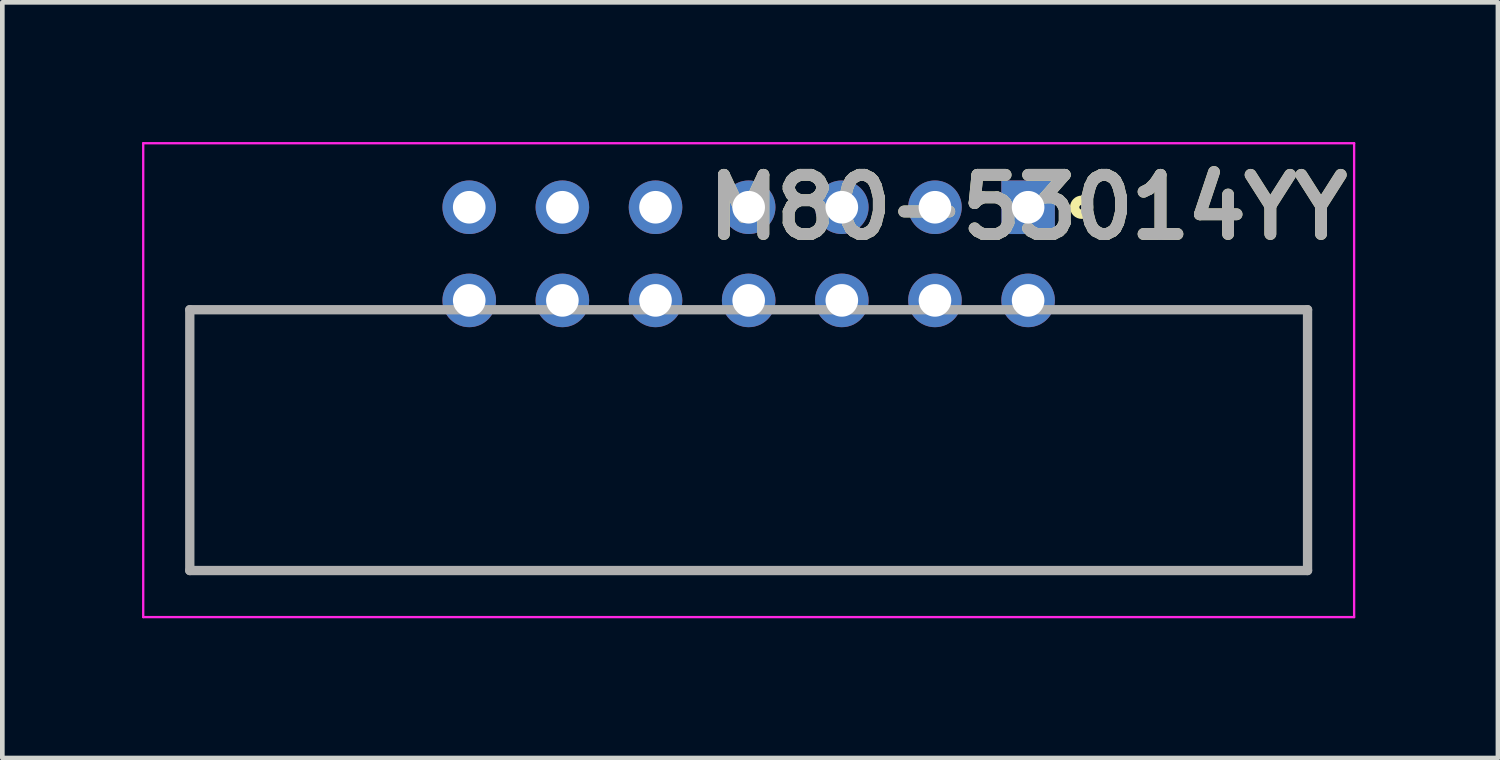
<source format=kicad_pcb>
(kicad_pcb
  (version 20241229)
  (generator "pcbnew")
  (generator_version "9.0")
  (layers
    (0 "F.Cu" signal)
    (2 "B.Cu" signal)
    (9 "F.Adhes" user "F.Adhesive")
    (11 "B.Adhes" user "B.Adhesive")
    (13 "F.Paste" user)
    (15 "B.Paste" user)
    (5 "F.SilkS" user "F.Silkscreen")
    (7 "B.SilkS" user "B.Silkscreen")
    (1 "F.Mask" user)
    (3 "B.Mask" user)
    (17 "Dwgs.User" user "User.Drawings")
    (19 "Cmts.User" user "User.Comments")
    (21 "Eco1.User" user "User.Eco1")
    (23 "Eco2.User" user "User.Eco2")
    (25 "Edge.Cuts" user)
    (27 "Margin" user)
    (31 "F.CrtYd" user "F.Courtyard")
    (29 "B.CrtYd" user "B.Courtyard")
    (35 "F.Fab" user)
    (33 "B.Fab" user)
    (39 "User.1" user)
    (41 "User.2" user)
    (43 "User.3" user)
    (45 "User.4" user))
  (footprint "M80-53014YY"
    (layer "F.Cu")
    (at 19.025 1.4)
    (property "Reference" "M80-53014YY" (at 0 0 0) (layer "F.SilkS") (effects (font (size 1.27 1.27) (thickness 0.254))))
    (attr through_hole)
    (fp_line (start -18 7.8) (end -18 2.2) (stroke (width 0.1) (type solid)) (layer "F.SilkS"))
    (fp_line (start 6 2.2) (end 6 7.8) (stroke (width 0.1) (type solid)) (layer "F.SilkS"))
    (fp_line (start 6 7.8) (end -18 7.8) (stroke (width 0.1) (type solid)) (layer "F.SilkS"))
    (fp_circle (center 1.15 0) (end 1.15 0.05) (stroke (width 0.2) (type solid)) (fill no) (layer "F.SilkS"))
    (fp_line (start -19 -1.375) (end 7 -1.375) (stroke (width 0.05) (type solid)) (layer "F.CrtYd"))
    (fp_line (start -19 8.8) (end -19 -1.375) (stroke (width 0.05) (type solid)) (layer "F.CrtYd"))
    (fp_line (start 7 -1.375) (end 7 8.8) (stroke (width 0.05) (type solid)) (layer "F.CrtYd"))
    (fp_line (start 7 8.8) (end -19 8.8) (stroke (width 0.05) (type solid)) (layer "F.CrtYd"))
    (fp_line (start -18 2.2) (end 6 2.2) (stroke (width 0.2) (type solid)) (layer "F.Fab"))
    (fp_line (start -18 7.8) (end -18 2.2) (stroke (width 0.2) (type solid)) (layer "F.Fab"))
    (fp_line (start 6 2.2) (end 6 7.8) (stroke (width 0.2) (type solid)) (layer "F.Fab"))
    (fp_line (start 6 7.8) (end -18 7.8) (stroke (width 0.2) (type solid)) (layer "F.Fab"))
    (fp_text user "${REFERENCE}" (at 0 0 0) (layer "F.Fab") (effects (font (size 1.27 1.27) (thickness 0.254))))
    (pad "1" thru_hole rect (at 0 0) (size 1.15 1.15) (drill 0.7) (layers "*.Cu" "*.Mask"))
    (pad "2" thru_hole circle (at -2 0) (size 1.15 1.15) (drill 0.7) (layers "*.Cu" "*.Mask"))
    (pad "3" thru_hole circle (at -4 0) (size 1.15 1.15) (drill 0.7) (layers "*.Cu" "*.Mask"))
    (pad "4" thru_hole circle (at -6 0) (size 1.15 1.15) (drill 0.7) (layers "*.Cu" "*.Mask"))
    (pad "5" thru_hole circle (at -8 0) (size 1.15 1.15) (drill 0.7) (layers "*.Cu" "*.Mask"))
    (pad "6" thru_hole circle (at -10 0) (size 1.15 1.15) (drill 0.7) (layers "*.Cu" "*.Mask"))
    (pad "7" thru_hole circle (at -12 0) (size 1.15 1.15) (drill 0.7) (layers "*.Cu" "*.Mask"))
    (pad "8" thru_hole circle (at 0 2) (size 1.15 1.15) (drill 0.7) (layers "*.Cu" "*.Mask"))
    (pad "9" thru_hole circle (at -2 2) (size 1.15 1.15) (drill 0.7) (layers "*.Cu" "*.Mask"))
    (pad "10" thru_hole circle (at -4 2) (size 1.15 1.15) (drill 0.7) (layers "*.Cu" "*.Mask"))
    (pad "11" thru_hole circle (at -6 2) (size 1.15 1.15) (drill 0.7) (layers "*.Cu" "*.Mask"))
    (pad "12" thru_hole circle (at -8 2) (size 1.15 1.15) (drill 0.7) (layers "*.Cu" "*.Mask"))
    (pad "13" thru_hole circle (at -10 2) (size 1.15 1.15) (drill 0.7) (layers "*.Cu" "*.Mask"))
    (pad "14" thru_hole circle (at -12 2) (size 1.15 1.15) (drill 0.7) (layers "*.Cu" "*.Mask")))
  (gr_rect
    (start -3 -3)
    (end 29.113 13.225)
    (stroke (width 0.1) (type default))
    (fill no)
    (layer "Edge.Cuts")))
</source>
